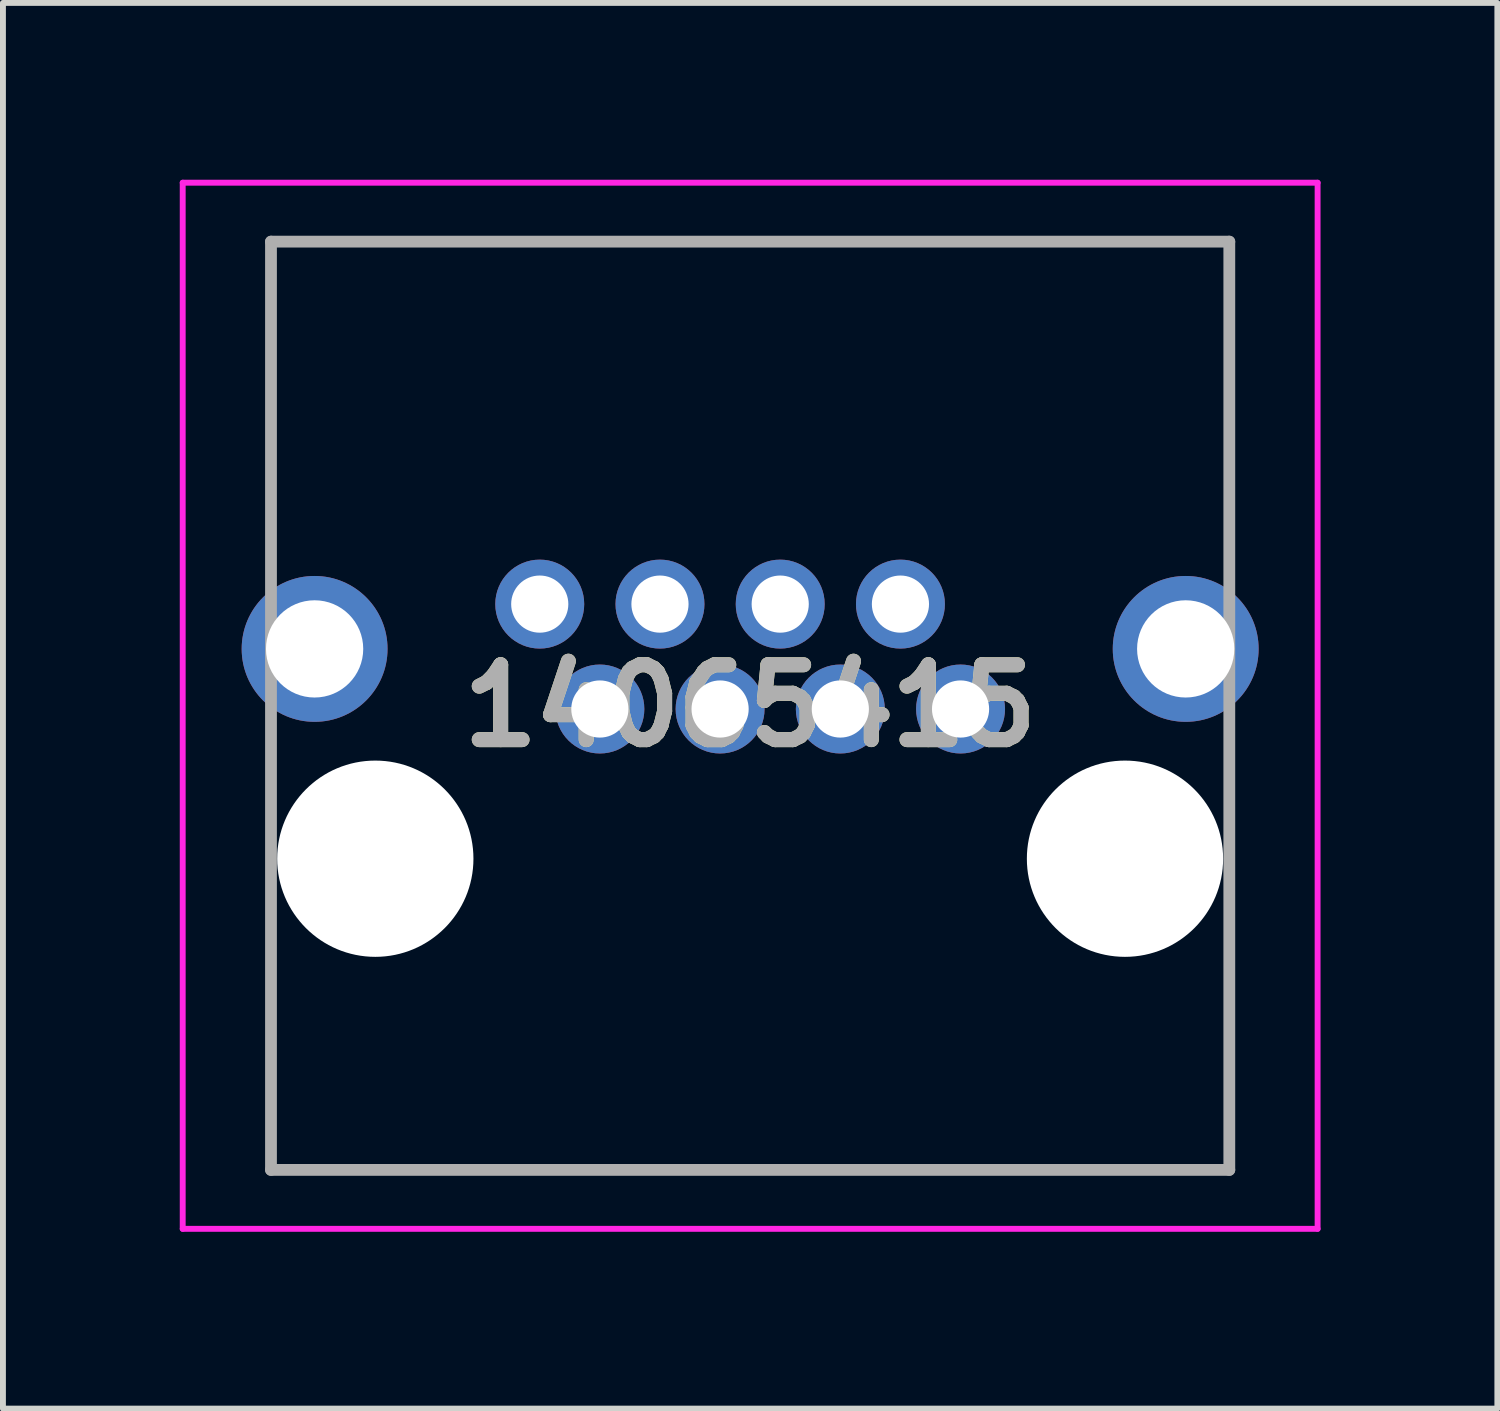
<source format=kicad_pcb>
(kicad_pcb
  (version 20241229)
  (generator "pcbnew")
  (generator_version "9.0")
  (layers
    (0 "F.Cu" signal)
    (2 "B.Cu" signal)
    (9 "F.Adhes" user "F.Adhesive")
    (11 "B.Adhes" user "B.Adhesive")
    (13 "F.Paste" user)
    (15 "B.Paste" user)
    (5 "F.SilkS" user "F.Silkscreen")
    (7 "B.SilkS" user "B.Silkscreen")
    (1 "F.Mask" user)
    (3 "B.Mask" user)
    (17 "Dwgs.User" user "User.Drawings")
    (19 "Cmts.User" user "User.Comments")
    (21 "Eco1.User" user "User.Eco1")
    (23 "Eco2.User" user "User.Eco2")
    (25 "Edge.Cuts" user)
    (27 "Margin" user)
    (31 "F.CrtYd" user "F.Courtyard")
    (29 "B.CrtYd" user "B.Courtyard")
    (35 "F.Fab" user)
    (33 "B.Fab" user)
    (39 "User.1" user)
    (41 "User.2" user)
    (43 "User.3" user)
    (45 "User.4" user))
  (footprint "14065415"
    (layer "F.Cu")
    (at 9.678 7.96)
    (property "Reference" "14065415" (at 0 0.965 0) (layer "F.SilkS") (effects (font (size 1.27 1.27) (thickness 0.254))))
    (attr through_hole)
    (fp_line (start -8.13 -6.91) (end 8.16 -6.91) (stroke (width 0.1) (type solid)) (layer "F.SilkS"))
    (fp_line (start -8.13 -1.78) (end -8.13 -6.91) (stroke (width 0.1) (type solid)) (layer "F.SilkS"))
    (fp_line (start -8.13 1.78) (end -8.13 8.84) (stroke (width 0.1) (type solid)) (layer "F.SilkS"))
    (fp_line (start -8.13 8.84) (end 8.13 8.84) (stroke (width 0.1) (type solid)) (layer "F.SilkS"))
    (fp_line (start 8.13 8.84) (end 8.13 1.78) (stroke (width 0.1) (type solid)) (layer "F.SilkS"))
    (fp_line (start 8.16 -6.91) (end 8.13 -1.78) (stroke (width 0.1) (type solid)) (layer "F.SilkS"))
    (fp_line (start -9.628 -7.91) (end 9.628 -7.91) (stroke (width 0.1) (type solid)) (layer "F.CrtYd"))
    (fp_line (start -9.628 9.84) (end -9.628 -7.91) (stroke (width 0.1) (type solid)) (layer "F.CrtYd"))
    (fp_line (start 9.628 -7.91) (end 9.628 9.84) (stroke (width 0.1) (type solid)) (layer "F.CrtYd"))
    (fp_line (start 9.628 9.84) (end -9.628 9.84) (stroke (width 0.1) (type solid)) (layer "F.CrtYd"))
    (fp_line (start -8.13 -6.91) (end 8.13 -6.91) (stroke (width 0.2) (type solid)) (layer "F.Fab"))
    (fp_line (start -8.13 8.84) (end -8.13 -6.91) (stroke (width 0.2) (type solid)) (layer "F.Fab"))
    (fp_line (start 8.13 -6.91) (end 8.13 8.84) (stroke (width 0.2) (type solid)) (layer "F.Fab"))
    (fp_line (start 8.13 8.84) (end -8.13 8.84) (stroke (width 0.2) (type solid)) (layer "F.Fab"))
    (fp_text user "${REFERENCE}" (at 0 0.965 0) (layer "F.Fab") (effects (font (size 1.27 1.27) (thickness 0.254))))
    (pad "" np_thru_hole circle (at -6.36 3.56) (size 3.33 3.33) (drill 3.33) (layers "*.Cu" "*.Mask"))
    (pad "" np_thru_hole circle (at 6.36 3.56) (size 3.33 3.33) (drill 3.33) (layers "*.Cu" "*.Mask"))
    (pad "1" thru_hole circle (at 3.57 1.02) (size 1.509 1.509) (drill 0.97) (layers "*.Cu" "*.Mask"))
    (pad "2" thru_hole circle (at 2.55 -0.76) (size 1.509 1.509) (drill 0.97) (layers "*.Cu" "*.Mask"))
    (pad "3" thru_hole circle (at 1.53 1.02) (size 1.509 1.509) (drill 0.97) (layers "*.Cu" "*.Mask"))
    (pad "4" thru_hole circle (at 0.51 -0.76) (size 1.509 1.509) (drill 0.97) (layers "*.Cu" "*.Mask"))
    (pad "5" thru_hole circle (at -0.51 1.02) (size 1.509 1.509) (drill 0.97) (layers "*.Cu" "*.Mask"))
    (pad "6" thru_hole circle (at -1.53 -0.76) (size 1.509 1.509) (drill 0.97) (layers "*.Cu" "*.Mask"))
    (pad "7" thru_hole circle (at -2.55 1.02) (size 1.509 1.509) (drill 0.97) (layers "*.Cu" "*.Mask"))
    (pad "8" thru_hole circle (at -3.57 -0.76) (size 1.509 1.509) (drill 0.97) (layers "*.Cu" "*.Mask"))
    (pad "9" thru_hole circle (at -7.39 0) (size 2.475 2.475) (drill 1.65) (layers "*.Cu" "*.Mask"))
    (pad "10" thru_hole circle (at 7.39 0) (size 2.475 2.475) (drill 1.65) (layers "*.Cu" "*.Mask")))
  (gr_rect
    (start -3 -3)
    (end 22.356 20.85)
    (stroke (width 0.1) (type default))
    (fill no)
    (layer "Edge.Cuts")))
</source>
